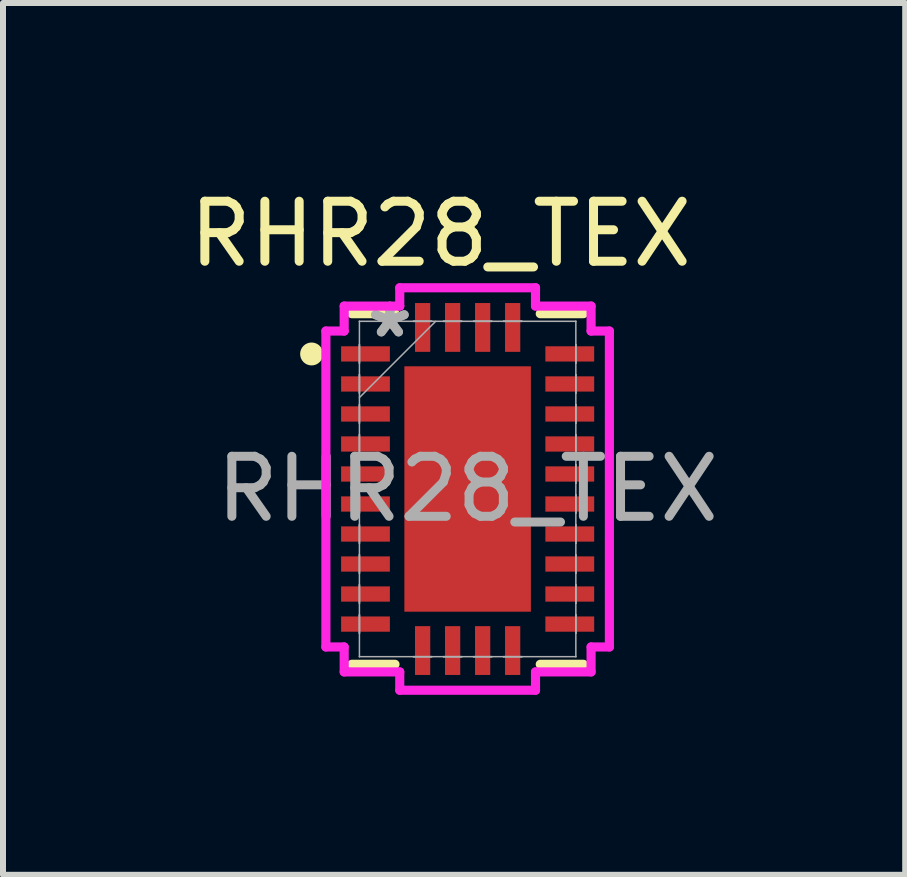
<source format=kicad_pcb>
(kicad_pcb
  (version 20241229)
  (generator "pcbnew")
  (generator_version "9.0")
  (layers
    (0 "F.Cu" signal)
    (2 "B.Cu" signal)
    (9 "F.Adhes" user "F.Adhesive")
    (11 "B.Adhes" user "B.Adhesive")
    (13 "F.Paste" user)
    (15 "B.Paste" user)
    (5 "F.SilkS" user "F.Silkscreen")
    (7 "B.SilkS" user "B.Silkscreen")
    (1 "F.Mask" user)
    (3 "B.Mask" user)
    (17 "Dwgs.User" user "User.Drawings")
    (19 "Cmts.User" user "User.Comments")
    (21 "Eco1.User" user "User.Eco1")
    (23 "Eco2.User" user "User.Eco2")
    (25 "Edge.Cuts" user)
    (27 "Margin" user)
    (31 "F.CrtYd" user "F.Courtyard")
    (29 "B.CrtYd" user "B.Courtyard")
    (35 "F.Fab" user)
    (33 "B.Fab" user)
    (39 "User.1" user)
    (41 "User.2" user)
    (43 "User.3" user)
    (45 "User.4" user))
  (footprint "RHR28_TEX"
    (layer "F.Cu")
    (at 4.742 5.098)
    (property "Reference" "RHR28_TEX" (at -0.45 -4.25 0) (unlocked yes) (layer "F.SilkS") (effects (font (size 1 1) (thickness 0.15))))
    (attr smd)
    (fp_line (start -1.93 2.921) (end -1.21 2.921) (stroke (width 0.152) (type solid)) (layer "F.SilkS"))
    (fp_line (start -1.21 -2.921) (end -1.93 -2.921) (stroke (width 0.152) (type solid)) (layer "F.SilkS"))
    (fp_line (start 1.21 2.921) (end 1.93 2.921) (stroke (width 0.152) (type solid)) (layer "F.SilkS"))
    (fp_line (start 1.93 -2.921) (end 1.21 -2.921) (stroke (width 0.152) (type solid)) (layer "F.SilkS"))
    (fp_circle (center -2.6 -2.25) (end -2.459 -2.25) (stroke (width 0.1) (type solid)) (fill yes) (layer "F.SilkS"))
    (fp_poly (pts (xy -0.954 -1.945) (xy -0.954 -0.782) (xy 0.954 -0.782) (xy 0.954 -1.945)) (stroke (width 0) (type solid)) (fill yes) (layer "F.Paste"))
    (fp_poly (pts (xy -0.954 -0.582) (xy -0.954 0.582) (xy 0.954 0.582) (xy 0.954 -0.582)) (stroke (width 0) (type solid)) (fill yes) (layer "F.Paste"))
    (fp_poly (pts (xy -0.954 0.782) (xy -0.954 1.945) (xy 0.954 1.945) (xy 0.954 0.782)) (stroke (width 0) (type solid)) (fill yes) (layer "F.Paste"))
    (fp_line (start -2.362 -2.632) (end -2.057 -2.632) (stroke (width 0.152) (type solid)) (layer "F.CrtYd"))
    (fp_line (start -2.362 2.632) (end -2.362 -2.632) (stroke (width 0.152) (type solid)) (layer "F.CrtYd"))
    (fp_line (start -2.057 -3.048) (end -1.131 -3.048) (stroke (width 0.152) (type solid)) (layer "F.CrtYd"))
    (fp_line (start -2.057 -2.632) (end -2.057 -3.048) (stroke (width 0.152) (type solid)) (layer "F.CrtYd"))
    (fp_line (start -2.057 2.632) (end -2.362 2.632) (stroke (width 0.152) (type solid)) (layer "F.CrtYd"))
    (fp_line (start -2.057 3.048) (end -2.057 2.632) (stroke (width 0.152) (type solid)) (layer "F.CrtYd"))
    (fp_line (start -1.131 -3.353) (end 1.131 -3.353) (stroke (width 0.152) (type solid)) (layer "F.CrtYd"))
    (fp_line (start -1.131 -3.048) (end -1.131 -3.353) (stroke (width 0.152) (type solid)) (layer "F.CrtYd"))
    (fp_line (start -1.131 3.048) (end -2.057 3.048) (stroke (width 0.152) (type solid)) (layer "F.CrtYd"))
    (fp_line (start -1.131 3.353) (end -1.131 3.048) (stroke (width 0.152) (type solid)) (layer "F.CrtYd"))
    (fp_line (start 1.131 -3.353) (end 1.131 -3.048) (stroke (width 0.152) (type solid)) (layer "F.CrtYd"))
    (fp_line (start 1.131 -3.048) (end 2.057 -3.048) (stroke (width 0.152) (type solid)) (layer "F.CrtYd"))
    (fp_line (start 1.131 3.048) (end 1.131 3.353) (stroke (width 0.152) (type solid)) (layer "F.CrtYd"))
    (fp_line (start 1.131 3.353) (end -1.131 3.353) (stroke (width 0.152) (type solid)) (layer "F.CrtYd"))
    (fp_line (start 2.057 -3.048) (end 2.057 -2.632) (stroke (width 0.152) (type solid)) (layer "F.CrtYd"))
    (fp_line (start 2.057 -2.632) (end 2.362 -2.632) (stroke (width 0.152) (type solid)) (layer "F.CrtYd"))
    (fp_line (start 2.057 2.632) (end 2.057 3.048) (stroke (width 0.152) (type solid)) (layer "F.CrtYd"))
    (fp_line (start 2.057 3.048) (end 1.131 3.048) (stroke (width 0.152) (type solid)) (layer "F.CrtYd"))
    (fp_line (start 2.362 -2.632) (end 2.362 2.632) (stroke (width 0.152) (type solid)) (layer "F.CrtYd"))
    (fp_line (start 2.362 2.632) (end 2.057 2.632) (stroke (width 0.152) (type solid)) (layer "F.CrtYd"))
    (fp_line (start -1.803 -2.794) (end -1.803 -2.794) (stroke (width 0.025) (type solid)) (layer "F.Fab"))
    (fp_line (start -1.803 -2.794) (end -1.803 2.794) (stroke (width 0.025) (type solid)) (layer "F.Fab"))
    (fp_line (start -1.803 -2.403) (end -1.803 -2.403) (stroke (width 0.025) (type solid)) (layer "F.Fab"))
    (fp_line (start -1.803 -2.403) (end -1.803 -2.098) (stroke (width 0.025) (type solid)) (layer "F.Fab"))
    (fp_line (start -1.803 -2.098) (end -1.803 -2.403) (stroke (width 0.025) (type solid)) (layer "F.Fab"))
    (fp_line (start -1.803 -2.098) (end -1.803 -2.098) (stroke (width 0.025) (type solid)) (layer "F.Fab"))
    (fp_line (start -1.803 -1.903) (end -1.803 -1.903) (stroke (width 0.025) (type solid)) (layer "F.Fab"))
    (fp_line (start -1.803 -1.903) (end -1.803 -1.598) (stroke (width 0.025) (type solid)) (layer "F.Fab"))
    (fp_line (start -1.803 -1.598) (end -1.803 -1.903) (stroke (width 0.025) (type solid)) (layer "F.Fab"))
    (fp_line (start -1.803 -1.598) (end -1.803 -1.598) (stroke (width 0.025) (type solid)) (layer "F.Fab"))
    (fp_line (start -1.803 -1.524) (end -0.533 -2.794) (stroke (width 0.025) (type solid)) (layer "F.Fab"))
    (fp_line (start -1.803 -1.403) (end -1.803 -1.403) (stroke (width 0.025) (type solid)) (layer "F.Fab"))
    (fp_line (start -1.803 -1.403) (end -1.803 -1.098) (stroke (width 0.025) (type solid)) (layer "F.Fab"))
    (fp_line (start -1.803 -1.098) (end -1.803 -1.403) (stroke (width 0.025) (type solid)) (layer "F.Fab"))
    (fp_line (start -1.803 -1.098) (end -1.803 -1.098) (stroke (width 0.025) (type solid)) (layer "F.Fab"))
    (fp_line (start -1.803 -0.903) (end -1.803 -0.903) (stroke (width 0.025) (type solid)) (layer "F.Fab"))
    (fp_line (start -1.803 -0.903) (end -1.803 -0.598) (stroke (width 0.025) (type solid)) (layer "F.Fab"))
    (fp_line (start -1.803 -0.598) (end -1.803 -0.903) (stroke (width 0.025) (type solid)) (layer "F.Fab"))
    (fp_line (start -1.803 -0.598) (end -1.803 -0.598) (stroke (width 0.025) (type solid)) (layer "F.Fab"))
    (fp_line (start -1.803 -0.402) (end -1.803 -0.402) (stroke (width 0.025) (type solid)) (layer "F.Fab"))
    (fp_line (start -1.803 -0.402) (end -1.803 -0.098) (stroke (width 0.025) (type solid)) (layer "F.Fab"))
    (fp_line (start -1.803 -0.098) (end -1.803 -0.402) (stroke (width 0.025) (type solid)) (layer "F.Fab"))
    (fp_line (start -1.803 -0.098) (end -1.803 -0.098) (stroke (width 0.025) (type solid)) (layer "F.Fab"))
    (fp_line (start -1.803 0.098) (end -1.803 0.098) (stroke (width 0.025) (type solid)) (layer "F.Fab"))
    (fp_line (start -1.803 0.098) (end -1.803 0.402) (stroke (width 0.025) (type solid)) (layer "F.Fab"))
    (fp_line (start -1.803 0.402) (end -1.803 0.098) (stroke (width 0.025) (type solid)) (layer "F.Fab"))
    (fp_line (start -1.803 0.402) (end -1.803 0.402) (stroke (width 0.025) (type solid)) (layer "F.Fab"))
    (fp_line (start -1.803 0.598) (end -1.803 0.598) (stroke (width 0.025) (type solid)) (layer "F.Fab"))
    (fp_line (start -1.803 0.598) (end -1.803 0.903) (stroke (width 0.025) (type solid)) (layer "F.Fab"))
    (fp_line (start -1.803 0.903) (end -1.803 0.598) (stroke (width 0.025) (type solid)) (layer "F.Fab"))
    (fp_line (start -1.803 0.903) (end -1.803 0.903) (stroke (width 0.025) (type solid)) (layer "F.Fab"))
    (fp_line (start -1.803 1.098) (end -1.803 1.098) (stroke (width 0.025) (type solid)) (layer "F.Fab"))
    (fp_line (start -1.803 1.098) (end -1.803 1.403) (stroke (width 0.025) (type solid)) (layer "F.Fab"))
    (fp_line (start -1.803 1.403) (end -1.803 1.098) (stroke (width 0.025) (type solid)) (layer "F.Fab"))
    (fp_line (start -1.803 1.403) (end -1.803 1.403) (stroke (width 0.025) (type solid)) (layer "F.Fab"))
    (fp_line (start -1.803 1.598) (end -1.803 1.598) (stroke (width 0.025) (type solid)) (layer "F.Fab"))
    (fp_line (start -1.803 1.598) (end -1.803 1.903) (stroke (width 0.025) (type solid)) (layer "F.Fab"))
    (fp_line (start -1.803 1.903) (end -1.803 1.598) (stroke (width 0.025) (type solid)) (layer "F.Fab"))
    (fp_line (start -1.803 1.903) (end -1.803 1.903) (stroke (width 0.025) (type solid)) (layer "F.Fab"))
    (fp_line (start -1.803 2.098) (end -1.803 2.098) (stroke (width 0.025) (type solid)) (layer "F.Fab"))
    (fp_line (start -1.803 2.098) (end -1.803 2.403) (stroke (width 0.025) (type solid)) (layer "F.Fab"))
    (fp_line (start -1.803 2.403) (end -1.803 2.098) (stroke (width 0.025) (type solid)) (layer "F.Fab"))
    (fp_line (start -1.803 2.403) (end -1.803 2.403) (stroke (width 0.025) (type solid)) (layer "F.Fab"))
    (fp_line (start -1.803 2.794) (end -1.803 2.794) (stroke (width 0.025) (type solid)) (layer "F.Fab"))
    (fp_line (start -1.803 2.794) (end 1.803 2.794) (stroke (width 0.025) (type solid)) (layer "F.Fab"))
    (fp_line (start -0.903 -2.794) (end -0.903 -2.794) (stroke (width 0.025) (type solid)) (layer "F.Fab"))
    (fp_line (start -0.903 -2.794) (end -0.598 -2.794) (stroke (width 0.025) (type solid)) (layer "F.Fab"))
    (fp_line (start -0.903 2.794) (end -0.903 2.794) (stroke (width 0.025) (type solid)) (layer "F.Fab"))
    (fp_line (start -0.903 2.794) (end -0.598 2.794) (stroke (width 0.025) (type solid)) (layer "F.Fab"))
    (fp_line (start -0.598 -2.794) (end -0.903 -2.794) (stroke (width 0.025) (type solid)) (layer "F.Fab"))
    (fp_line (start -0.598 -2.794) (end -0.598 -2.794) (stroke (width 0.025) (type solid)) (layer "F.Fab"))
    (fp_line (start -0.598 2.794) (end -0.903 2.794) (stroke (width 0.025) (type solid)) (layer "F.Fab"))
    (fp_line (start -0.598 2.794) (end -0.598 2.794) (stroke (width 0.025) (type solid)) (layer "F.Fab"))
    (fp_line (start -0.402 -2.794) (end -0.402 -2.794) (stroke (width 0.025) (type solid)) (layer "F.Fab"))
    (fp_line (start -0.402 -2.794) (end -0.098 -2.794) (stroke (width 0.025) (type solid)) (layer "F.Fab"))
    (fp_line (start -0.402 2.794) (end -0.402 2.794) (stroke (width 0.025) (type solid)) (layer "F.Fab"))
    (fp_line (start -0.402 2.794) (end -0.098 2.794) (stroke (width 0.025) (type solid)) (layer "F.Fab"))
    (fp_line (start -0.098 -2.794) (end -0.402 -2.794) (stroke (width 0.025) (type solid)) (layer "F.Fab"))
    (fp_line (start -0.098 -2.794) (end -0.098 -2.794) (stroke (width 0.025) (type solid)) (layer "F.Fab"))
    (fp_line (start -0.098 2.794) (end -0.402 2.794) (stroke (width 0.025) (type solid)) (layer "F.Fab"))
    (fp_line (start -0.098 2.794) (end -0.098 2.794) (stroke (width 0.025) (type solid)) (layer "F.Fab"))
    (fp_line (start 0.098 -2.794) (end 0.098 -2.794) (stroke (width 0.025) (type solid)) (layer "F.Fab"))
    (fp_line (start 0.098 -2.794) (end 0.402 -2.794) (stroke (width 0.025) (type solid)) (layer "F.Fab"))
    (fp_line (start 0.098 2.794) (end 0.098 2.794) (stroke (width 0.025) (type solid)) (layer "F.Fab"))
    (fp_line (start 0.098 2.794) (end 0.402 2.794) (stroke (width 0.025) (type solid)) (layer "F.Fab"))
    (fp_line (start 0.402 -2.794) (end 0.098 -2.794) (stroke (width 0.025) (type solid)) (layer "F.Fab"))
    (fp_line (start 0.402 -2.794) (end 0.402 -2.794) (stroke (width 0.025) (type solid)) (layer "F.Fab"))
    (fp_line (start 0.402 2.794) (end 0.098 2.794) (stroke (width 0.025) (type solid)) (layer "F.Fab"))
    (fp_line (start 0.402 2.794) (end 0.402 2.794) (stroke (width 0.025) (type solid)) (layer "F.Fab"))
    (fp_line (start 0.598 -2.794) (end 0.598 -2.794) (stroke (width 0.025) (type solid)) (layer "F.Fab"))
    (fp_line (start 0.598 -2.794) (end 0.903 -2.794) (stroke (width 0.025) (type solid)) (layer "F.Fab"))
    (fp_line (start 0.598 2.794) (end 0.598 2.794) (stroke (width 0.025) (type solid)) (layer "F.Fab"))
    (fp_line (start 0.598 2.794) (end 0.903 2.794) (stroke (width 0.025) (type solid)) (layer "F.Fab"))
    (fp_line (start 0.903 -2.794) (end 0.598 -2.794) (stroke (width 0.025) (type solid)) (layer "F.Fab"))
    (fp_line (start 0.903 -2.794) (end 0.903 -2.794) (stroke (width 0.025) (type solid)) (layer "F.Fab"))
    (fp_line (start 0.903 2.794) (end 0.598 2.794) (stroke (width 0.025) (type solid)) (layer "F.Fab"))
    (fp_line (start 0.903 2.794) (end 0.903 2.794) (stroke (width 0.025) (type solid)) (layer "F.Fab"))
    (fp_line (start 1.803 -2.794) (end -1.803 -2.794) (stroke (width 0.025) (type solid)) (layer "F.Fab"))
    (fp_line (start 1.803 -2.794) (end 1.803 -2.794) (stroke (width 0.025) (type solid)) (layer "F.Fab"))
    (fp_line (start 1.803 -2.403) (end 1.803 -2.403) (stroke (width 0.025) (type solid)) (layer "F.Fab"))
    (fp_line (start 1.803 -2.403) (end 1.803 -2.098) (stroke (width 0.025) (type solid)) (layer "F.Fab"))
    (fp_line (start 1.803 -2.098) (end 1.803 -2.403) (stroke (width 0.025) (type solid)) (layer "F.Fab"))
    (fp_line (start 1.803 -2.098) (end 1.803 -2.098) (stroke (width 0.025) (type solid)) (layer "F.Fab"))
    (fp_line (start 1.803 -1.903) (end 1.803 -1.903) (stroke (width 0.025) (type solid)) (layer "F.Fab"))
    (fp_line (start 1.803 -1.903) (end 1.803 -1.598) (stroke (width 0.025) (type solid)) (layer "F.Fab"))
    (fp_line (start 1.803 -1.598) (end 1.803 -1.903) (stroke (width 0.025) (type solid)) (layer "F.Fab"))
    (fp_line (start 1.803 -1.598) (end 1.803 -1.598) (stroke (width 0.025) (type solid)) (layer "F.Fab"))
    (fp_line (start 1.803 -1.403) (end 1.803 -1.403) (stroke (width 0.025) (type solid)) (layer "F.Fab"))
    (fp_line (start 1.803 -1.403) (end 1.803 -1.098) (stroke (width 0.025) (type solid)) (layer "F.Fab"))
    (fp_line (start 1.803 -1.098) (end 1.803 -1.403) (stroke (width 0.025) (type solid)) (layer "F.Fab"))
    (fp_line (start 1.803 -1.098) (end 1.803 -1.098) (stroke (width 0.025) (type solid)) (layer "F.Fab"))
    (fp_line (start 1.803 -0.903) (end 1.803 -0.903) (stroke (width 0.025) (type solid)) (layer "F.Fab"))
    (fp_line (start 1.803 -0.903) (end 1.803 -0.598) (stroke (width 0.025) (type solid)) (layer "F.Fab"))
    (fp_line (start 1.803 -0.598) (end 1.803 -0.903) (stroke (width 0.025) (type solid)) (layer "F.Fab"))
    (fp_line (start 1.803 -0.598) (end 1.803 -0.598) (stroke (width 0.025) (type solid)) (layer "F.Fab"))
    (fp_line (start 1.803 -0.402) (end 1.803 -0.402) (stroke (width 0.025) (type solid)) (layer "F.Fab"))
    (fp_line (start 1.803 -0.402) (end 1.803 -0.098) (stroke (width 0.025) (type solid)) (layer "F.Fab"))
    (fp_line (start 1.803 -0.098) (end 1.803 -0.402) (stroke (width 0.025) (type solid)) (layer "F.Fab"))
    (fp_line (start 1.803 -0.098) (end 1.803 -0.098) (stroke (width 0.025) (type solid)) (layer "F.Fab"))
    (fp_line (start 1.803 0.098) (end 1.803 0.098) (stroke (width 0.025) (type solid)) (layer "F.Fab"))
    (fp_line (start 1.803 0.098) (end 1.803 0.402) (stroke (width 0.025) (type solid)) (layer "F.Fab"))
    (fp_line (start 1.803 0.402) (end 1.803 0.098) (stroke (width 0.025) (type solid)) (layer "F.Fab"))
    (fp_line (start 1.803 0.402) (end 1.803 0.402) (stroke (width 0.025) (type solid)) (layer "F.Fab"))
    (fp_line (start 1.803 0.598) (end 1.803 0.598) (stroke (width 0.025) (type solid)) (layer "F.Fab"))
    (fp_line (start 1.803 0.598) (end 1.803 0.903) (stroke (width 0.025) (type solid)) (layer "F.Fab"))
    (fp_line (start 1.803 0.903) (end 1.803 0.598) (stroke (width 0.025) (type solid)) (layer "F.Fab"))
    (fp_line (start 1.803 0.903) (end 1.803 0.903) (stroke (width 0.025) (type solid)) (layer "F.Fab"))
    (fp_line (start 1.803 1.098) (end 1.803 1.098) (stroke (width 0.025) (type solid)) (layer "F.Fab"))
    (fp_line (start 1.803 1.098) (end 1.803 1.403) (stroke (width 0.025) (type solid)) (layer "F.Fab"))
    (fp_line (start 1.803 1.403) (end 1.803 1.098) (stroke (width 0.025) (type solid)) (layer "F.Fab"))
    (fp_line (start 1.803 1.403) (end 1.803 1.403) (stroke (width 0.025) (type solid)) (layer "F.Fab"))
    (fp_line (start 1.803 1.598) (end 1.803 1.598) (stroke (width 0.025) (type solid)) (layer "F.Fab"))
    (fp_line (start 1.803 1.598) (end 1.803 1.903) (stroke (width 0.025) (type solid)) (layer "F.Fab"))
    (fp_line (start 1.803 1.903) (end 1.803 1.598) (stroke (width 0.025) (type solid)) (layer "F.Fab"))
    (fp_line (start 1.803 1.903) (end 1.803 1.903) (stroke (width 0.025) (type solid)) (layer "F.Fab"))
    (fp_line (start 1.803 2.098) (end 1.803 2.098) (stroke (width 0.025) (type solid)) (layer "F.Fab"))
    (fp_line (start 1.803 2.098) (end 1.803 2.403) (stroke (width 0.025) (type solid)) (layer "F.Fab"))
    (fp_line (start 1.803 2.403) (end 1.803 2.098) (stroke (width 0.025) (type solid)) (layer "F.Fab"))
    (fp_line (start 1.803 2.403) (end 1.803 2.403) (stroke (width 0.025) (type solid)) (layer "F.Fab"))
    (fp_line (start 1.803 2.794) (end 1.803 -2.794) (stroke (width 0.025) (type solid)) (layer "F.Fab"))
    (fp_line (start 1.803 2.794) (end 1.803 2.794) (stroke (width 0.025) (type solid)) (layer "F.Fab"))
    (fp_text user "*" (at -1.295 -2.501 0) (layer "F.Fab") (effects (font (size 1 1) (thickness 0.15))))
    (fp_text user "${REFERENCE}" (at 0 0 0) (unlocked yes) (layer "F.Fab") (effects (font (size 1 1) (thickness 0.15))))
    (fp_text user "*" (at -1.295 -2.501 0) (unlocked yes) (layer "F.Fab") (effects (font (size 1 1) (thickness 0.15))))
    (pad "1" smd rect (at -1.702 -2.251 90) (size 0.254 0.813) (layers "F.Cu" "F.Mask" "F.Paste"))
    (pad "2" smd rect (at -1.702 -1.75 90) (size 0.254 0.813) (layers "F.Cu" "F.Mask" "F.Paste"))
    (pad "3" smd rect (at -1.702 -1.25 90) (size 0.254 0.813) (layers "F.Cu" "F.Mask" "F.Paste"))
    (pad "4" smd rect (at -1.702 -0.75 90) (size 0.254 0.813) (layers "F.Cu" "F.Mask" "F.Paste"))
    (pad "5" smd rect (at -1.702 -0.25 90) (size 0.254 0.813) (layers "F.Cu" "F.Mask" "F.Paste"))
    (pad "6" smd rect (at -1.702 0.25 90) (size 0.254 0.813) (layers "F.Cu" "F.Mask" "F.Paste"))
    (pad "7" smd rect (at -1.702 0.75 90) (size 0.254 0.813) (layers "F.Cu" "F.Mask" "F.Paste"))
    (pad "8" smd rect (at -1.702 1.25 90) (size 0.254 0.813) (layers "F.Cu" "F.Mask" "F.Paste"))
    (pad "9" smd rect (at -1.702 1.75 90) (size 0.254 0.813) (layers "F.Cu" "F.Mask" "F.Paste"))
    (pad "10" smd rect (at -1.702 2.251 90) (size 0.254 0.813) (layers "F.Cu" "F.Mask" "F.Paste"))
    (pad "11" smd rect (at -0.75 2.692) (size 0.254 0.813) (layers "F.Cu" "F.Mask" "F.Paste"))
    (pad "12" smd rect (at -0.25 2.692) (size 0.254 0.813) (layers "F.Cu" "F.Mask" "F.Paste"))
    (pad "13" smd rect (at 0.25 2.692) (size 0.254 0.813) (layers "F.Cu" "F.Mask" "F.Paste"))
    (pad "14" smd rect (at 0.75 2.692) (size 0.254 0.813) (layers "F.Cu" "F.Mask" "F.Paste"))
    (pad "15" smd rect (at 1.702 2.251 90) (size 0.254 0.813) (layers "F.Cu" "F.Mask" "F.Paste"))
    (pad "16" smd rect (at 1.702 1.75 90) (size 0.254 0.813) (layers "F.Cu" "F.Mask" "F.Paste"))
    (pad "17" smd rect (at 1.702 1.25 90) (size 0.254 0.813) (layers "F.Cu" "F.Mask" "F.Paste"))
    (pad "18" smd rect (at 1.702 0.75 90) (size 0.254 0.813) (layers "F.Cu" "F.Mask" "F.Paste"))
    (pad "19" smd rect (at 1.702 0.25 90) (size 0.254 0.813) (layers "F.Cu" "F.Mask" "F.Paste"))
    (pad "20" smd rect (at 1.702 -0.25 90) (size 0.254 0.813) (layers "F.Cu" "F.Mask" "F.Paste"))
    (pad "21" smd rect (at 1.702 -0.75 90) (size 0.254 0.813) (layers "F.Cu" "F.Mask" "F.Paste"))
    (pad "22" smd rect (at 1.702 -1.25 90) (size 0.254 0.813) (layers "F.Cu" "F.Mask" "F.Paste"))
    (pad "23" smd rect (at 1.702 -1.75 90) (size 0.254 0.813) (layers "F.Cu" "F.Mask" "F.Paste"))
    (pad "24" smd rect (at 1.702 -2.251 90) (size 0.254 0.813) (layers "F.Cu" "F.Mask" "F.Paste"))
    (pad "25" smd rect (at 0.75 -2.692) (size 0.254 0.813) (layers "F.Cu" "F.Mask" "F.Paste"))
    (pad "26" smd rect (at 0.25 -2.692) (size 0.254 0.813) (layers "F.Cu" "F.Mask" "F.Paste"))
    (pad "27" smd rect (at -0.25 -2.692) (size 0.254 0.813) (layers "F.Cu" "F.Mask" "F.Paste"))
    (pad "28" smd rect (at -0.75 -2.692) (size 0.254 0.813) (layers "F.Cu" "F.Mask" "F.Paste"))
    (pad "29" smd rect (at 0 0) (size 2.108 4.089) (layers "F.Cu" "F.Mask" "F.Paste")))
  (gr_rect
    (start -3 -3)
    (end 12.033 11.527)
    (stroke (width 0.1) (type default))
    (fill no)
    (layer "Edge.Cuts")))
</source>
